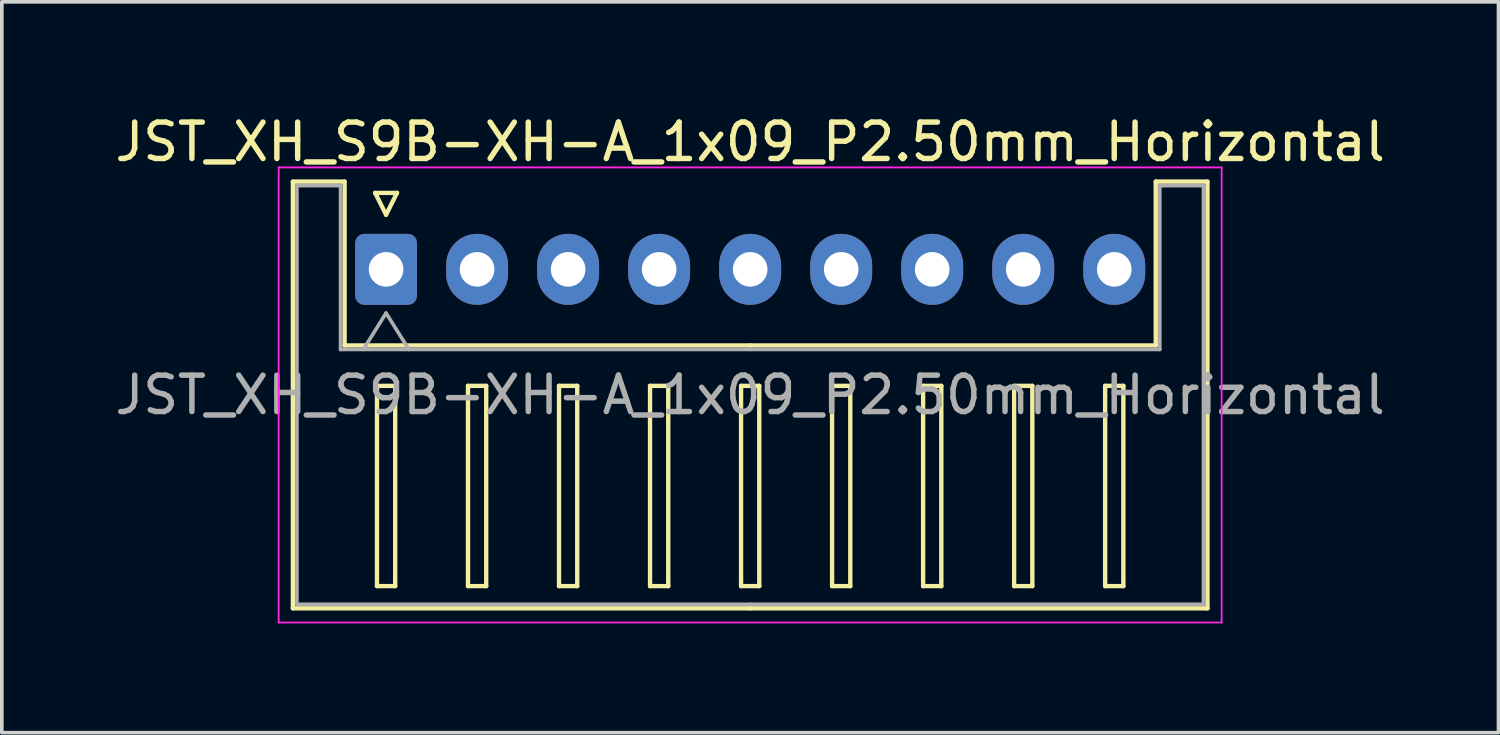
<source format=kicad_pcb>
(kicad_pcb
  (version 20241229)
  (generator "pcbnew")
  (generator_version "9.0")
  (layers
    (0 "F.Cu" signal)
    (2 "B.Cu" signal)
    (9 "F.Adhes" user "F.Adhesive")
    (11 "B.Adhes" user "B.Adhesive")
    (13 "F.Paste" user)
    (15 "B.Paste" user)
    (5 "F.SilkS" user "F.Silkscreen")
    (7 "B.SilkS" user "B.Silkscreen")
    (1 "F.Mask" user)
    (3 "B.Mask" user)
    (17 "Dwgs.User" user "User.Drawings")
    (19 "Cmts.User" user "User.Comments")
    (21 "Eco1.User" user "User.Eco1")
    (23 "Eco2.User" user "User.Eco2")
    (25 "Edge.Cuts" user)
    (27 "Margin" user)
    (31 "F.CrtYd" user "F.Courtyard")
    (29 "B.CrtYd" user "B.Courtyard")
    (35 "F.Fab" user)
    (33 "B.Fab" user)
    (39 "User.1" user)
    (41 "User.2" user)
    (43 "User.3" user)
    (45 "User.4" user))
  (footprint "JST_XH_S9B-XH-A_1x09_P2.50mm_Horizontal"
    (layer "F.Cu")
    (at 7.554 4.348)
    (property "Reference" "JST_XH_S9B-XH-A_1x09_P2.50mm_Horizontal" (at 10 -3.5 0) (layer "F.SilkS") (effects (font (size 1 1) (thickness 0.15))))
    (attr through_hole)
    (fp_line (start -2.56 -2.41) (end -1.14 -2.41) (stroke (width 0.12) (type solid)) (layer "F.SilkS"))
    (fp_line (start -2.56 9.31) (end -2.56 -2.41) (stroke (width 0.12) (type solid)) (layer "F.SilkS"))
    (fp_line (start -1.14 -2.41) (end -1.14 2.09) (stroke (width 0.12) (type solid)) (layer "F.SilkS"))
    (fp_line (start -1.14 2.09) (end 10 2.09) (stroke (width 0.12) (type solid)) (layer "F.SilkS"))
    (fp_line (start -0.3 -2.1) (end 0.3 -2.1) (stroke (width 0.12) (type solid)) (layer "F.SilkS"))
    (fp_line (start -0.25 3.2) (end -0.25 8.7) (stroke (width 0.12) (type solid)) (layer "F.SilkS"))
    (fp_line (start -0.25 8.7) (end 0.25 8.7) (stroke (width 0.12) (type solid)) (layer "F.SilkS"))
    (fp_line (start 0 -1.5) (end -0.3 -2.1) (stroke (width 0.12) (type solid)) (layer "F.SilkS"))
    (fp_line (start 0.25 3.2) (end -0.25 3.2) (stroke (width 0.12) (type solid)) (layer "F.SilkS"))
    (fp_line (start 0.25 8.7) (end 0.25 3.2) (stroke (width 0.12) (type solid)) (layer "F.SilkS"))
    (fp_line (start 0.3 -2.1) (end 0 -1.5) (stroke (width 0.12) (type solid)) (layer "F.SilkS"))
    (fp_line (start 2.25 3.2) (end 2.25 8.7) (stroke (width 0.12) (type solid)) (layer "F.SilkS"))
    (fp_line (start 2.25 8.7) (end 2.75 8.7) (stroke (width 0.12) (type solid)) (layer "F.SilkS"))
    (fp_line (start 2.75 3.2) (end 2.25 3.2) (stroke (width 0.12) (type solid)) (layer "F.SilkS"))
    (fp_line (start 2.75 8.7) (end 2.75 3.2) (stroke (width 0.12) (type solid)) (layer "F.SilkS"))
    (fp_line (start 4.75 3.2) (end 4.75 8.7) (stroke (width 0.12) (type solid)) (layer "F.SilkS"))
    (fp_line (start 4.75 8.7) (end 5.25 8.7) (stroke (width 0.12) (type solid)) (layer "F.SilkS"))
    (fp_line (start 5.25 3.2) (end 4.75 3.2) (stroke (width 0.12) (type solid)) (layer "F.SilkS"))
    (fp_line (start 5.25 8.7) (end 5.25 3.2) (stroke (width 0.12) (type solid)) (layer "F.SilkS"))
    (fp_line (start 7.25 3.2) (end 7.25 8.7) (stroke (width 0.12) (type solid)) (layer "F.SilkS"))
    (fp_line (start 7.25 8.7) (end 7.75 8.7) (stroke (width 0.12) (type solid)) (layer "F.SilkS"))
    (fp_line (start 7.75 3.2) (end 7.25 3.2) (stroke (width 0.12) (type solid)) (layer "F.SilkS"))
    (fp_line (start 7.75 8.7) (end 7.75 3.2) (stroke (width 0.12) (type solid)) (layer "F.SilkS"))
    (fp_line (start 9.75 3.2) (end 9.75 8.7) (stroke (width 0.12) (type solid)) (layer "F.SilkS"))
    (fp_line (start 9.75 8.7) (end 10.25 8.7) (stroke (width 0.12) (type solid)) (layer "F.SilkS"))
    (fp_line (start 10 9.31) (end -2.56 9.31) (stroke (width 0.12) (type solid)) (layer "F.SilkS"))
    (fp_line (start 10 9.31) (end 22.56 9.31) (stroke (width 0.12) (type solid)) (layer "F.SilkS"))
    (fp_line (start 10.25 3.2) (end 9.75 3.2) (stroke (width 0.12) (type solid)) (layer "F.SilkS"))
    (fp_line (start 10.25 8.7) (end 10.25 3.2) (stroke (width 0.12) (type solid)) (layer "F.SilkS"))
    (fp_line (start 12.25 3.2) (end 12.25 8.7) (stroke (width 0.12) (type solid)) (layer "F.SilkS"))
    (fp_line (start 12.25 8.7) (end 12.75 8.7) (stroke (width 0.12) (type solid)) (layer "F.SilkS"))
    (fp_line (start 12.75 3.2) (end 12.25 3.2) (stroke (width 0.12) (type solid)) (layer "F.SilkS"))
    (fp_line (start 12.75 8.7) (end 12.75 3.2) (stroke (width 0.12) (type solid)) (layer "F.SilkS"))
    (fp_line (start 14.75 3.2) (end 14.75 8.7) (stroke (width 0.12) (type solid)) (layer "F.SilkS"))
    (fp_line (start 14.75 8.7) (end 15.25 8.7) (stroke (width 0.12) (type solid)) (layer "F.SilkS"))
    (fp_line (start 15.25 3.2) (end 14.75 3.2) (stroke (width 0.12) (type solid)) (layer "F.SilkS"))
    (fp_line (start 15.25 8.7) (end 15.25 3.2) (stroke (width 0.12) (type solid)) (layer "F.SilkS"))
    (fp_line (start 17.25 3.2) (end 17.25 8.7) (stroke (width 0.12) (type solid)) (layer "F.SilkS"))
    (fp_line (start 17.25 8.7) (end 17.75 8.7) (stroke (width 0.12) (type solid)) (layer "F.SilkS"))
    (fp_line (start 17.75 3.2) (end 17.25 3.2) (stroke (width 0.12) (type solid)) (layer "F.SilkS"))
    (fp_line (start 17.75 8.7) (end 17.75 3.2) (stroke (width 0.12) (type solid)) (layer "F.SilkS"))
    (fp_line (start 19.75 3.2) (end 19.75 8.7) (stroke (width 0.12) (type solid)) (layer "F.SilkS"))
    (fp_line (start 19.75 8.7) (end 20.25 8.7) (stroke (width 0.12) (type solid)) (layer "F.SilkS"))
    (fp_line (start 20.25 3.2) (end 19.75 3.2) (stroke (width 0.12) (type solid)) (layer "F.SilkS"))
    (fp_line (start 20.25 8.7) (end 20.25 3.2) (stroke (width 0.12) (type solid)) (layer "F.SilkS"))
    (fp_line (start 21.14 -2.41) (end 21.14 2.09) (stroke (width 0.12) (type solid)) (layer "F.SilkS"))
    (fp_line (start 21.14 2.09) (end 10 2.09) (stroke (width 0.12) (type solid)) (layer "F.SilkS"))
    (fp_line (start 22.56 -2.41) (end 21.14 -2.41) (stroke (width 0.12) (type solid)) (layer "F.SilkS"))
    (fp_line (start 22.56 9.31) (end 22.56 -2.41) (stroke (width 0.12) (type solid)) (layer "F.SilkS"))
    (fp_line (start -2.95 -2.8) (end -2.95 9.7) (stroke (width 0.05) (type solid)) (layer "F.CrtYd"))
    (fp_line (start -2.95 9.7) (end 22.95 9.7) (stroke (width 0.05) (type solid)) (layer "F.CrtYd"))
    (fp_line (start 22.95 -2.8) (end -2.95 -2.8) (stroke (width 0.05) (type solid)) (layer "F.CrtYd"))
    (fp_line (start 22.95 9.7) (end 22.95 -2.8) (stroke (width 0.05) (type solid)) (layer "F.CrtYd"))
    (fp_line (start -2.45 -2.3) (end -1.25 -2.3) (stroke (width 0.1) (type solid)) (layer "F.Fab"))
    (fp_line (start -2.45 9.2) (end -2.45 -2.3) (stroke (width 0.1) (type solid)) (layer "F.Fab"))
    (fp_line (start -1.25 -2.3) (end -1.25 2.2) (stroke (width 0.1) (type solid)) (layer "F.Fab"))
    (fp_line (start -1.25 2.2) (end 10 2.2) (stroke (width 0.1) (type solid)) (layer "F.Fab"))
    (fp_line (start -0.625 2.2) (end 0 1.2) (stroke (width 0.1) (type solid)) (layer "F.Fab"))
    (fp_line (start 0 1.2) (end 0.625 2.2) (stroke (width 0.1) (type solid)) (layer "F.Fab"))
    (fp_line (start 10 9.2) (end -2.45 9.2) (stroke (width 0.1) (type solid)) (layer "F.Fab"))
    (fp_line (start 10 9.2) (end 22.45 9.2) (stroke (width 0.1) (type solid)) (layer "F.Fab"))
    (fp_line (start 21.25 -2.3) (end 21.25 2.2) (stroke (width 0.1) (type solid)) (layer "F.Fab"))
    (fp_line (start 21.25 2.2) (end 10 2.2) (stroke (width 0.1) (type solid)) (layer "F.Fab"))
    (fp_line (start 22.45 -2.3) (end 21.25 -2.3) (stroke (width 0.1) (type solid)) (layer "F.Fab"))
    (fp_line (start 22.45 9.2) (end 22.45 -2.3) (stroke (width 0.1) (type solid)) (layer "F.Fab"))
    (fp_text user "${REFERENCE}" (at 10 3.45 0) (layer "F.Fab") (effects (font (size 1 1) (thickness 0.15))))
    (pad "1" thru_hole roundrect (at 0 0) (size 1.7 1.95) (drill 0.95) (layers "*.Cu" "*.Mask") (roundrect_rratio 0.147))
    (pad "2" thru_hole oval (at 2.5 0) (size 1.7 1.95) (drill 0.95) (layers "*.Cu" "*.Mask"))
    (pad "3" thru_hole oval (at 5 0) (size 1.7 1.95) (drill 0.95) (layers "*.Cu" "*.Mask"))
    (pad "4" thru_hole oval (at 7.5 0) (size 1.7 1.95) (drill 0.95) (layers "*.Cu" "*.Mask"))
    (pad "5" thru_hole oval (at 10 0) (size 1.7 1.95) (drill 0.95) (layers "*.Cu" "*.Mask"))
    (pad "6" thru_hole oval (at 12.5 0) (size 1.7 1.95) (drill 0.95) (layers "*.Cu" "*.Mask"))
    (pad "7" thru_hole oval (at 15 0) (size 1.7 1.95) (drill 0.95) (layers "*.Cu" "*.Mask"))
    (pad "8" thru_hole oval (at 17.5 0) (size 1.7 1.95) (drill 0.95) (layers "*.Cu" "*.Mask"))
    (pad "9" thru_hole oval (at 20 0) (size 1.7 1.95) (drill 0.95) (layers "*.Cu" "*.Mask")))
  (gr_rect
    (start -3 -3)
    (end 38.107 17.073)
    (stroke (width 0.1) (type default))
    (fill no)
    (layer "Edge.Cuts")))
</source>
